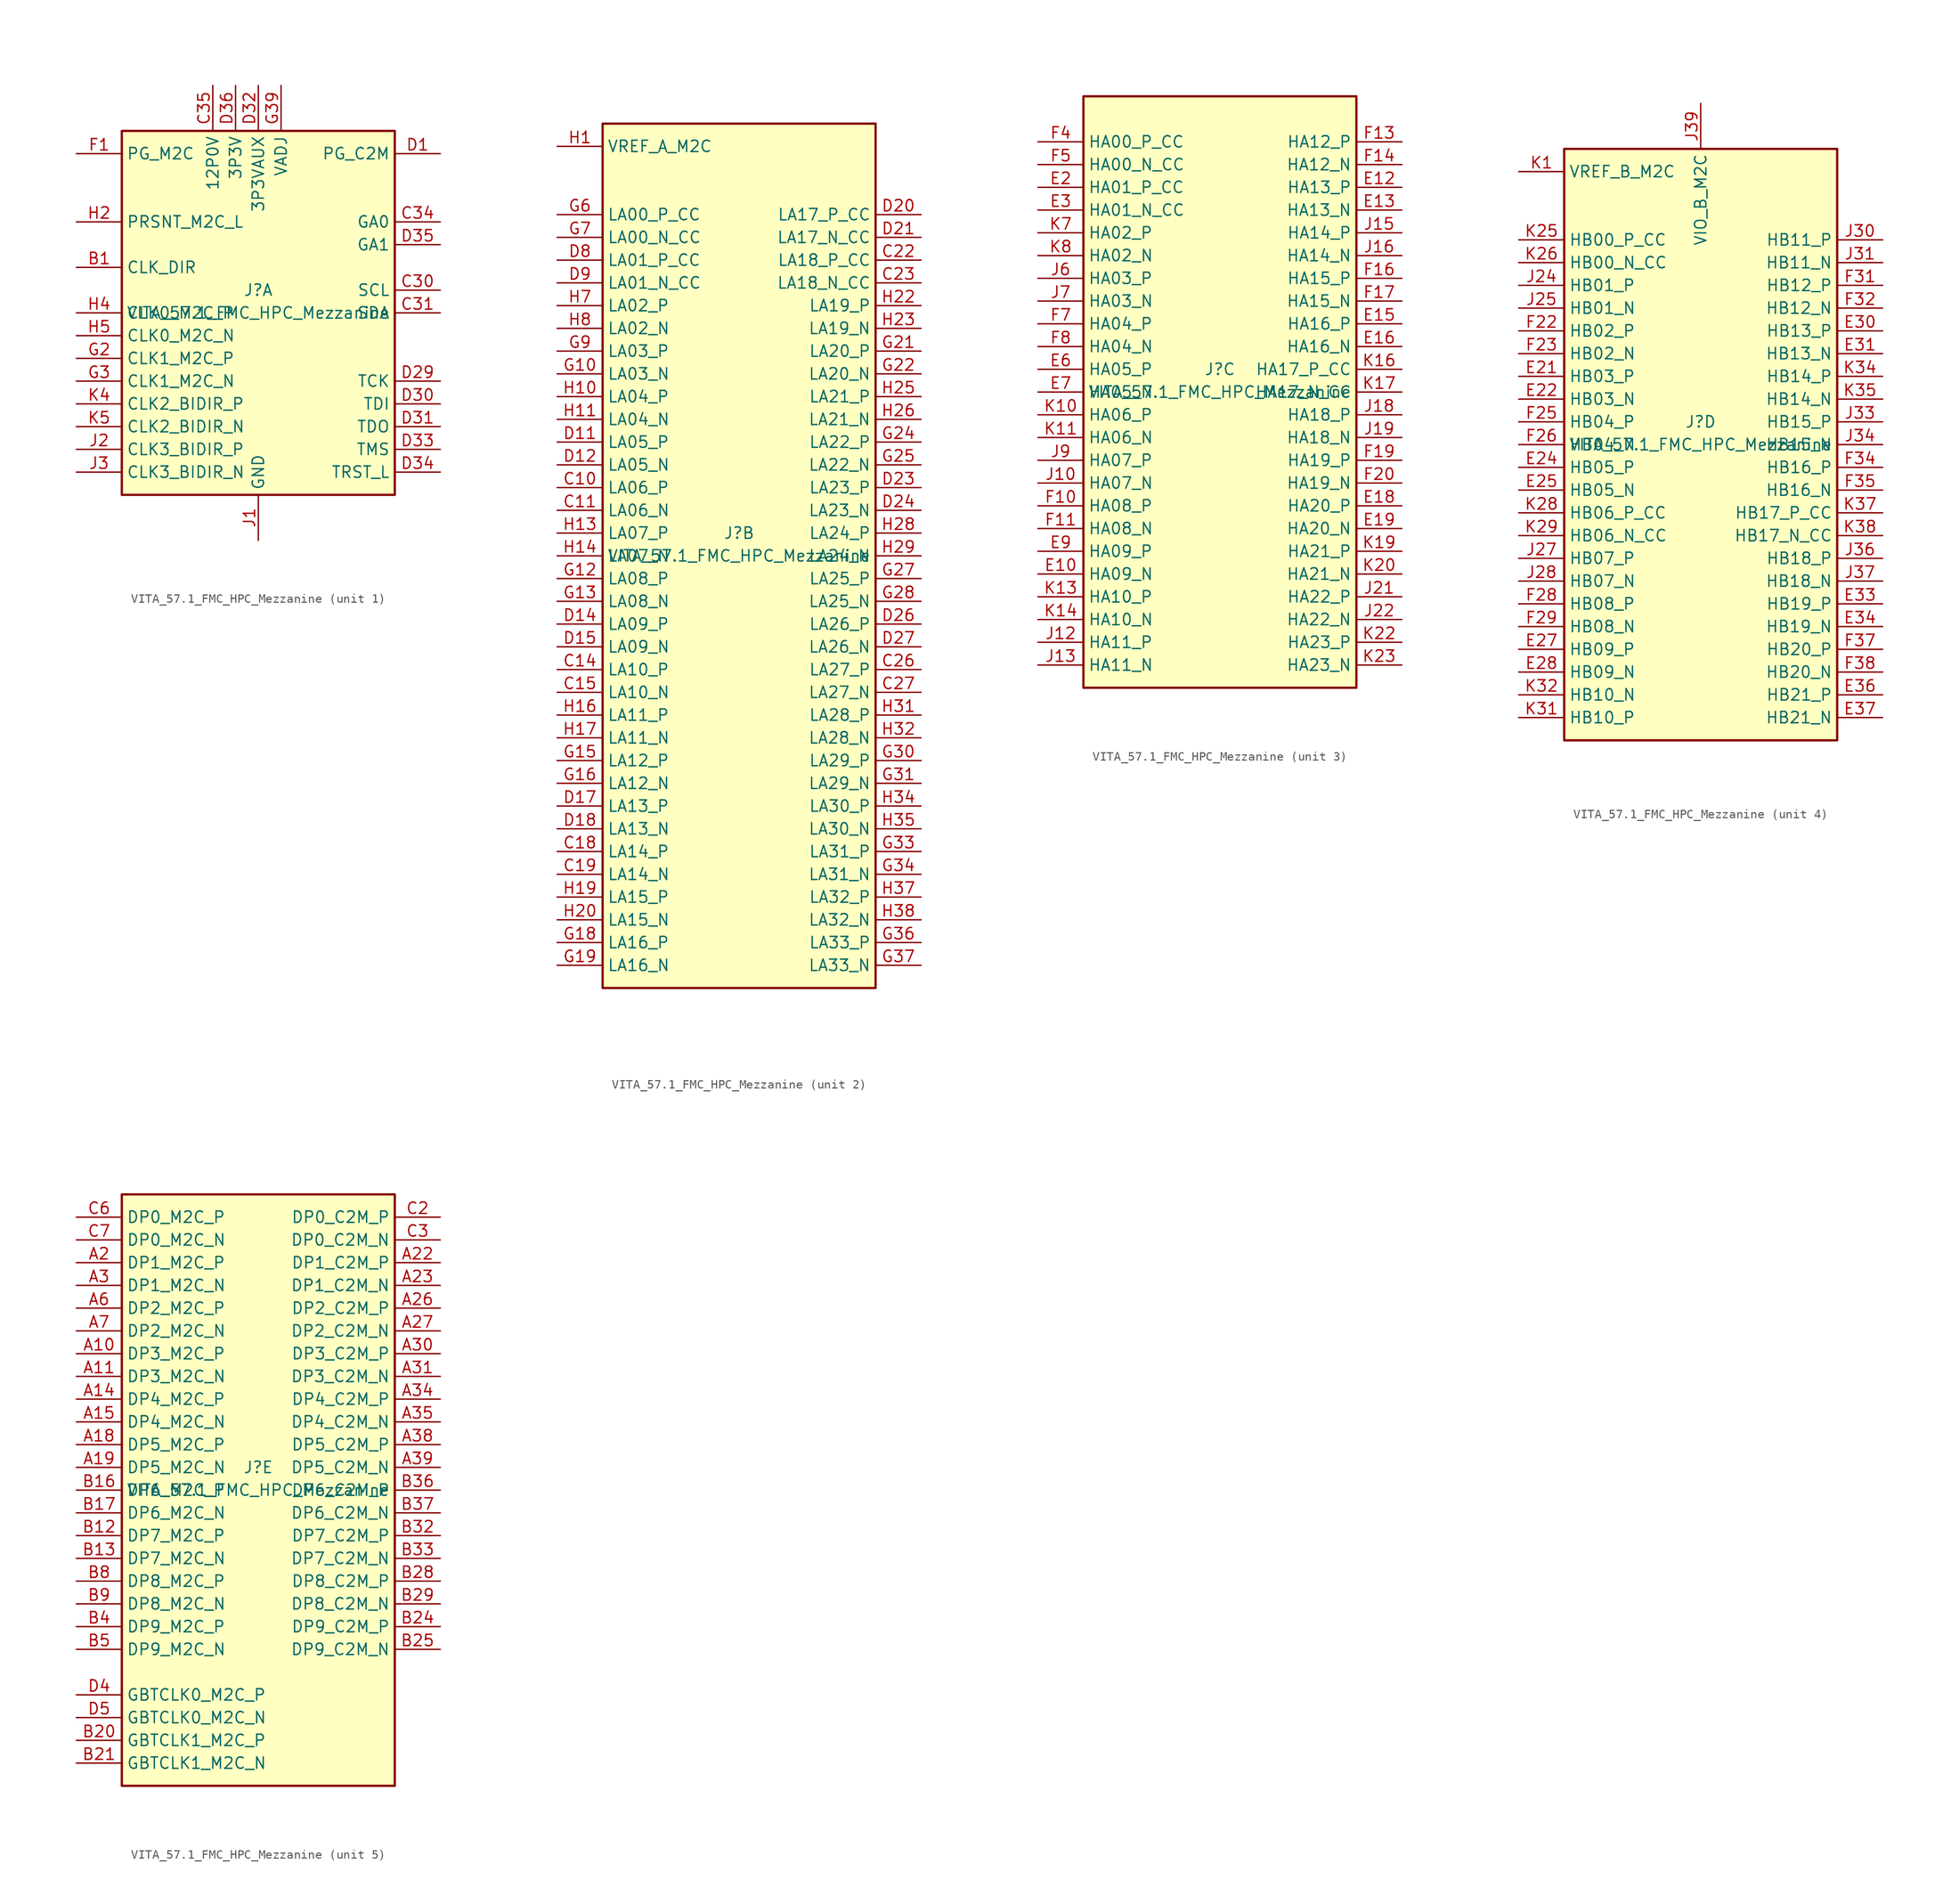
<source format=kicad_sym>
(kicad_symbol_lib
  (version 20231120)
  (generator "kicad_symbol_editor")
  (generator_version "8.0")
  (symbol "VITA_57.1_FMC_HPC_Mezzanine"
    (property "Reference" "J"
      (at 0 2.54 0)
      (effects (font (size 1.27 1.27))))
    (property "Value" "VITA_57.1_FMC_HPC_Mezzanine"
      (at 0 0 0)
      (effects (font (size 1.27 1.27))))
    (property "ki_locked" ""
      (at 0 0 0)
      (effects (font (size 1.27 1.27))))
    (symbol "VITA_57.1_FMC_HPC_Mezzanine_1_1"
      (rectangle (start -15.24 -20.32) (end 15.24 20.32) (stroke (width 0.254) (type solid)) (fill (type background)))
      (pin passive line (at 0 -25.4 90) (length 5.08) hide (name "GND" (effects (font (size 1.27 1.27)))) (number "A1" (effects (font (size 1.27 1.27)))))
      (pin passive line (at 0 -25.4 90) (length 5.08) hide (name "GND" (effects (font (size 1.27 1.27)))) (number "A12" (effects (font (size 1.27 1.27)))))
      (pin passive line (at 0 -25.4 90) (length 5.08) hide (name "GND" (effects (font (size 1.27 1.27)))) (number "A13" (effects (font (size 1.27 1.27)))))
      (pin passive line (at 0 -25.4 90) (length 5.08) hide (name "GND" (effects (font (size 1.27 1.27)))) (number "A16" (effects (font (size 1.27 1.27)))))
      (pin passive line (at 0 -25.4 90) (length 5.08) hide (name "GND" (effects (font (size 1.27 1.27)))) (number "A17" (effects (font (size 1.27 1.27)))))
      (pin passive line (at 0 -25.4 90) (length 5.08) hide (name "GND" (effects (font (size 1.27 1.27)))) (number "A20" (effects (font (size 1.27 1.27)))))
      (pin passive line (at 0 -25.4 90) (length 5.08) hide (name "GND" (effects (font (size 1.27 1.27)))) (number "A21" (effects (font (size 1.27 1.27)))))
      (pin passive line (at 0 -25.4 90) (length 5.08) hide (name "GND" (effects (font (size 1.27 1.27)))) (number "A24" (effects (font (size 1.27 1.27)))))
      (pin passive line (at 0 -25.4 90) (length 5.08) hide (name "GND" (effects (font (size 1.27 1.27)))) (number "A25" (effects (font (size 1.27 1.27)))))
      (pin passive line (at 0 -25.4 90) (length 5.08) hide (name "GND" (effects (font (size 1.27 1.27)))) (number "A28" (effects (font (size 1.27 1.27)))))
      (pin passive line (at 0 -25.4 90) (length 5.08) hide (name "GND" (effects (font (size 1.27 1.27)))) (number "A29" (effects (font (size 1.27 1.27)))))
      (pin passive line (at 0 -25.4 90) (length 5.08) hide (name "GND" (effects (font (size 1.27 1.27)))) (number "A32" (effects (font (size 1.27 1.27)))))
      (pin passive line (at 0 -25.4 90) (length 5.08) hide (name "GND" (effects (font (size 1.27 1.27)))) (number "A33" (effects (font (size 1.27 1.27)))))
      (pin passive line (at 0 -25.4 90) (length 5.08) hide (name "GND" (effects (font (size 1.27 1.27)))) (number "A36" (effects (font (size 1.27 1.27)))))
      (pin passive line (at 0 -25.4 90) (length 5.08) hide (name "GND" (effects (font (size 1.27 1.27)))) (number "A37" (effects (font (size 1.27 1.27)))))
      (pin passive line (at 0 -25.4 90) (length 5.08) hide (name "GND" (effects (font (size 1.27 1.27)))) (number "A4" (effects (font (size 1.27 1.27)))))
      (pin passive line (at 0 -25.4 90) (length 5.08) hide (name "GND" (effects (font (size 1.27 1.27)))) (number "A40" (effects (font (size 1.27 1.27)))))
      (pin passive line (at 0 -25.4 90) (length 5.08) hide (name "GND" (effects (font (size 1.27 1.27)))) (number "A5" (effects (font (size 1.27 1.27)))))
      (pin passive line (at 0 -25.4 90) (length 5.08) hide (name "GND" (effects (font (size 1.27 1.27)))) (number "A8" (effects (font (size 1.27 1.27)))))
      (pin passive line (at 0 -25.4 90) (length 5.08) hide (name "GND" (effects (font (size 1.27 1.27)))) (number "A9" (effects (font (size 1.27 1.27)))))
      (pin input line (at -20.32 5.08 0) (length 5.08) (name "CLK_DIR" (effects (font (size 1.27 1.27)))) (number "B1" (effects (font (size 1.27 1.27)))))
      (pin passive line (at 0 -25.4 90) (length 5.08) hide (name "GND" (effects (font (size 1.27 1.27)))) (number "B10" (effects (font (size 1.27 1.27)))))
      (pin passive line (at 0 -25.4 90) (length 5.08) hide (name "GND" (effects (font (size 1.27 1.27)))) (number "B11" (effects (font (size 1.27 1.27)))))
      (pin passive line (at 0 -25.4 90) (length 5.08) hide (name "GND" (effects (font (size 1.27 1.27)))) (number "B14" (effects (font (size 1.27 1.27)))))
      (pin passive line (at 0 -25.4 90) (length 5.08) hide (name "GND" (effects (font (size 1.27 1.27)))) (number "B15" (effects (font (size 1.27 1.27)))))
      (pin passive line (at 0 -25.4 90) (length 5.08) hide (name "GND" (effects (font (size 1.27 1.27)))) (number "B18" (effects (font (size 1.27 1.27)))))
      (pin passive line (at 0 -25.4 90) (length 5.08) hide (name "GND" (effects (font (size 1.27 1.27)))) (number "B19" (effects (font (size 1.27 1.27)))))
      (pin passive line (at 0 -25.4 90) (length 5.08) hide (name "GND" (effects (font (size 1.27 1.27)))) (number "B2" (effects (font (size 1.27 1.27)))))
      (pin passive line (at 0 -25.4 90) (length 5.08) hide (name "GND" (effects (font (size 1.27 1.27)))) (number "B22" (effects (font (size 1.27 1.27)))))
      (pin passive line (at 0 -25.4 90) (length 5.08) hide (name "GND" (effects (font (size 1.27 1.27)))) (number "B23" (effects (font (size 1.27 1.27)))))
      (pin passive line (at 0 -25.4 90) (length 5.08) hide (name "GND" (effects (font (size 1.27 1.27)))) (number "B26" (effects (font (size 1.27 1.27)))))
      (pin passive line (at 0 -25.4 90) (length 5.08) hide (name "GND" (effects (font (size 1.27 1.27)))) (number "B27" (effects (font (size 1.27 1.27)))))
      (pin passive line (at 0 -25.4 90) (length 5.08) hide (name "GND" (effects (font (size 1.27 1.27)))) (number "B3" (effects (font (size 1.27 1.27)))))
      (pin passive line (at 0 -25.4 90) (length 5.08) hide (name "GND" (effects (font (size 1.27 1.27)))) (number "B30" (effects (font (size 1.27 1.27)))))
      (pin passive line (at 0 -25.4 90) (length 5.08) hide (name "GND" (effects (font (size 1.27 1.27)))) (number "B31" (effects (font (size 1.27 1.27)))))
      (pin passive line (at 0 -25.4 90) (length 5.08) hide (name "GND" (effects (font (size 1.27 1.27)))) (number "B34" (effects (font (size 1.27 1.27)))))
      (pin passive line (at 0 -25.4 90) (length 5.08) hide (name "GND" (effects (font (size 1.27 1.27)))) (number "B35" (effects (font (size 1.27 1.27)))))
      (pin passive line (at 0 -25.4 90) (length 5.08) hide (name "GND" (effects (font (size 1.27 1.27)))) (number "B38" (effects (font (size 1.27 1.27)))))
      (pin passive line (at 0 -25.4 90) (length 5.08) hide (name "GND" (effects (font (size 1.27 1.27)))) (number "B39" (effects (font (size 1.27 1.27)))))
      (pin passive line (at 0 -25.4 90) (length 5.08) hide (name "GND" (effects (font (size 1.27 1.27)))) (number "B6" (effects (font (size 1.27 1.27)))))
      (pin passive line (at 0 -25.4 90) (length 5.08) hide (name "GND" (effects (font (size 1.27 1.27)))) (number "B7" (effects (font (size 1.27 1.27)))))
      (pin passive line (at 0 -25.4 90) (length 5.08) hide (name "GND" (effects (font (size 1.27 1.27)))) (number "C1" (effects (font (size 1.27 1.27)))))
      (pin passive line (at 0 -25.4 90) (length 5.08) hide (name "GND" (effects (font (size 1.27 1.27)))) (number "C12" (effects (font (size 1.27 1.27)))))
      (pin passive line (at 0 -25.4 90) (length 5.08) hide (name "GND" (effects (font (size 1.27 1.27)))) (number "C13" (effects (font (size 1.27 1.27)))))
      (pin passive line (at 0 -25.4 90) (length 5.08) hide (name "GND" (effects (font (size 1.27 1.27)))) (number "C16" (effects (font (size 1.27 1.27)))))
      (pin passive line (at 0 -25.4 90) (length 5.08) hide (name "GND" (effects (font (size 1.27 1.27)))) (number "C17" (effects (font (size 1.27 1.27)))))
      (pin passive line (at 0 -25.4 90) (length 5.08) hide (name "GND" (effects (font (size 1.27 1.27)))) (number "C20" (effects (font (size 1.27 1.27)))))
      (pin passive line (at 0 -25.4 90) (length 5.08) hide (name "GND" (effects (font (size 1.27 1.27)))) (number "C21" (effects (font (size 1.27 1.27)))))
      (pin passive line (at 0 -25.4 90) (length 5.08) hide (name "GND" (effects (font (size 1.27 1.27)))) (number "C24" (effects (font (size 1.27 1.27)))))
      (pin passive line (at 0 -25.4 90) (length 5.08) hide (name "GND" (effects (font (size 1.27 1.27)))) (number "C25" (effects (font (size 1.27 1.27)))))
      (pin passive line (at 0 -25.4 90) (length 5.08) hide (name "GND" (effects (font (size 1.27 1.27)))) (number "C28" (effects (font (size 1.27 1.27)))))
      (pin passive line (at 0 -25.4 90) (length 5.08) hide (name "GND" (effects (font (size 1.27 1.27)))) (number "C29" (effects (font (size 1.27 1.27)))))
      (pin bidirectional line (at 20.32 2.54 180) (length 5.08) (name "SCL" (effects (font (size 1.27 1.27)))) (number "C30" (effects (font (size 1.27 1.27)))))
      (pin bidirectional line (at 20.32 0 180) (length 5.08) (name "SDA" (effects (font (size 1.27 1.27)))) (number "C31" (effects (font (size 1.27 1.27)))))
      (pin passive line (at 0 -25.4 90) (length 5.08) hide (name "GND" (effects (font (size 1.27 1.27)))) (number "C32" (effects (font (size 1.27 1.27)))))
      (pin passive line (at 0 -25.4 90) (length 5.08) hide (name "GND" (effects (font (size 1.27 1.27)))) (number "C33" (effects (font (size 1.27 1.27)))))
      (pin output line (at 20.32 10.16 180) (length 5.08) (name "GA0" (effects (font (size 1.27 1.27)))) (number "C34" (effects (font (size 1.27 1.27)))))
      (pin power_out line (at -5.08 25.4 270) (length 5.08) (name "12P0V" (effects (font (size 1.27 1.27)))) (number "C35" (effects (font (size 1.27 1.27)))))
      (pin passive line (at 0 -25.4 90) (length 5.08) hide (name "GND" (effects (font (size 1.27 1.27)))) (number "C36" (effects (font (size 1.27 1.27)))))
      (pin passive line (at -5.08 25.4 270) (length 5.08) hide (name "12P0V" (effects (font (size 1.27 1.27)))) (number "C37" (effects (font (size 1.27 1.27)))))
      (pin passive line (at 0 -25.4 90) (length 5.08) hide (name "GND" (effects (font (size 1.27 1.27)))) (number "C38" (effects (font (size 1.27 1.27)))))
      (pin passive line (at -2.54 25.4 270) (length 5.08) hide (name "3P3V" (effects (font (size 1.27 1.27)))) (number "C39" (effects (font (size 1.27 1.27)))))
      (pin passive line (at 0 -25.4 90) (length 5.08) hide (name "GND" (effects (font (size 1.27 1.27)))) (number "C4" (effects (font (size 1.27 1.27)))))
      (pin passive line (at 0 -25.4 90) (length 5.08) hide (name "GND" (effects (font (size 1.27 1.27)))) (number "C40" (effects (font (size 1.27 1.27)))))
      (pin passive line (at 0 -25.4 90) (length 5.08) hide (name "GND" (effects (font (size 1.27 1.27)))) (number "C5" (effects (font (size 1.27 1.27)))))
      (pin passive line (at 0 -25.4 90) (length 5.08) hide (name "GND" (effects (font (size 1.27 1.27)))) (number "C8" (effects (font (size 1.27 1.27)))))
      (pin passive line (at 0 -25.4 90) (length 5.08) hide (name "GND" (effects (font (size 1.27 1.27)))) (number "C9" (effects (font (size 1.27 1.27)))))
      (pin output line (at 20.32 17.78 180) (length 5.08) (name "PG_C2M" (effects (font (size 1.27 1.27)))) (number "D1" (effects (font (size 1.27 1.27)))))
      (pin passive line (at 0 -25.4 90) (length 5.08) hide (name "GND" (effects (font (size 1.27 1.27)))) (number "D10" (effects (font (size 1.27 1.27)))))
      (pin passive line (at 0 -25.4 90) (length 5.08) hide (name "GND" (effects (font (size 1.27 1.27)))) (number "D13" (effects (font (size 1.27 1.27)))))
      (pin passive line (at 0 -25.4 90) (length 5.08) hide (name "GND" (effects (font (size 1.27 1.27)))) (number "D16" (effects (font (size 1.27 1.27)))))
      (pin passive line (at 0 -25.4 90) (length 5.08) hide (name "GND" (effects (font (size 1.27 1.27)))) (number "D19" (effects (font (size 1.27 1.27)))))
      (pin passive line (at 0 -25.4 90) (length 5.08) hide (name "GND" (effects (font (size 1.27 1.27)))) (number "D2" (effects (font (size 1.27 1.27)))))
      (pin passive line (at 0 -25.4 90) (length 5.08) hide (name "GND" (effects (font (size 1.27 1.27)))) (number "D22" (effects (font (size 1.27 1.27)))))
      (pin passive line (at 0 -25.4 90) (length 5.08) hide (name "GND" (effects (font (size 1.27 1.27)))) (number "D25" (effects (font (size 1.27 1.27)))))
      (pin passive line (at 0 -25.4 90) (length 5.08) hide (name "GND" (effects (font (size 1.27 1.27)))) (number "D28" (effects (font (size 1.27 1.27)))))
      (pin output line (at 20.32 -7.62 180) (length 5.08) (name "TCK" (effects (font (size 1.27 1.27)))) (number "D29" (effects (font (size 1.27 1.27)))))
      (pin passive line (at 0 -25.4 90) (length 5.08) hide (name "GND" (effects (font (size 1.27 1.27)))) (number "D3" (effects (font (size 1.27 1.27)))))
      (pin output line (at 20.32 -10.16 180) (length 5.08) (name "TDI" (effects (font (size 1.27 1.27)))) (number "D30" (effects (font (size 1.27 1.27)))))
      (pin input line (at 20.32 -12.7 180) (length 5.08) (name "TDO" (effects (font (size 1.27 1.27)))) (number "D31" (effects (font (size 1.27 1.27)))))
      (pin power_out line (at 0 25.4 270) (length 5.08) (name "3P3VAUX" (effects (font (size 1.27 1.27)))) (number "D32" (effects (font (size 1.27 1.27)))))
      (pin output line (at 20.32 -15.24 180) (length 5.08) (name "TMS" (effects (font (size 1.27 1.27)))) (number "D33" (effects (font (size 1.27 1.27)))))
      (pin output line (at 20.32 -17.78 180) (length 5.08) (name "TRST_L" (effects (font (size 1.27 1.27)))) (number "D34" (effects (font (size 1.27 1.27)))))
      (pin output line (at 20.32 7.62 180) (length 5.08) (name "GA1" (effects (font (size 1.27 1.27)))) (number "D35" (effects (font (size 1.27 1.27)))))
      (pin power_out line (at -2.54 25.4 270) (length 5.08) (name "3P3V" (effects (font (size 1.27 1.27)))) (number "D36" (effects (font (size 1.27 1.27)))))
      (pin passive line (at 0 -25.4 90) (length 5.08) hide (name "GND" (effects (font (size 1.27 1.27)))) (number "D37" (effects (font (size 1.27 1.27)))))
      (pin passive line (at -2.54 25.4 270) (length 5.08) hide (name "3P3V" (effects (font (size 1.27 1.27)))) (number "D38" (effects (font (size 1.27 1.27)))))
      (pin passive line (at 0 -25.4 90) (length 5.08) hide (name "GND" (effects (font (size 1.27 1.27)))) (number "D39" (effects (font (size 1.27 1.27)))))
      (pin passive line (at -2.54 25.4 270) (length 5.08) hide (name "3P3V" (effects (font (size 1.27 1.27)))) (number "D40" (effects (font (size 1.27 1.27)))))
      (pin passive line (at 0 -25.4 90) (length 5.08) hide (name "GND" (effects (font (size 1.27 1.27)))) (number "D6" (effects (font (size 1.27 1.27)))))
      (pin passive line (at 0 -25.4 90) (length 5.08) hide (name "GND" (effects (font (size 1.27 1.27)))) (number "D7" (effects (font (size 1.27 1.27)))))
      (pin passive line (at 0 -25.4 90) (length 5.08) hide (name "GND" (effects (font (size 1.27 1.27)))) (number "E1" (effects (font (size 1.27 1.27)))))
      (pin passive line (at 0 -25.4 90) (length 5.08) hide (name "GND" (effects (font (size 1.27 1.27)))) (number "E11" (effects (font (size 1.27 1.27)))))
      (pin passive line (at 0 -25.4 90) (length 5.08) hide (name "GND" (effects (font (size 1.27 1.27)))) (number "E14" (effects (font (size 1.27 1.27)))))
      (pin passive line (at 0 -25.4 90) (length 5.08) hide (name "GND" (effects (font (size 1.27 1.27)))) (number "E17" (effects (font (size 1.27 1.27)))))
      (pin passive line (at 0 -25.4 90) (length 5.08) hide (name "GND" (effects (font (size 1.27 1.27)))) (number "E20" (effects (font (size 1.27 1.27)))))
      (pin passive line (at 0 -25.4 90) (length 5.08) hide (name "GND" (effects (font (size 1.27 1.27)))) (number "E23" (effects (font (size 1.27 1.27)))))
      (pin passive line (at 0 -25.4 90) (length 5.08) hide (name "GND" (effects (font (size 1.27 1.27)))) (number "E26" (effects (font (size 1.27 1.27)))))
      (pin passive line (at 0 -25.4 90) (length 5.08) hide (name "GND" (effects (font (size 1.27 1.27)))) (number "E29" (effects (font (size 1.27 1.27)))))
      (pin passive line (at 0 -25.4 90) (length 5.08) hide (name "GND" (effects (font (size 1.27 1.27)))) (number "E32" (effects (font (size 1.27 1.27)))))
      (pin passive line (at 0 -25.4 90) (length 5.08) hide (name "GND" (effects (font (size 1.27 1.27)))) (number "E35" (effects (font (size 1.27 1.27)))))
      (pin passive line (at 0 -25.4 90) (length 5.08) hide (name "GND" (effects (font (size 1.27 1.27)))) (number "E38" (effects (font (size 1.27 1.27)))))
      (pin passive line (at 2.54 25.4 270) (length 5.08) hide (name "VADJ" (effects (font (size 1.27 1.27)))) (number "E39" (effects (font (size 1.27 1.27)))))
      (pin passive line (at 0 -25.4 90) (length 5.08) hide (name "GND" (effects (font (size 1.27 1.27)))) (number "E4" (effects (font (size 1.27 1.27)))))
      (pin passive line (at 0 -25.4 90) (length 5.08) hide (name "GND" (effects (font (size 1.27 1.27)))) (number "E40" (effects (font (size 1.27 1.27)))))
      (pin passive line (at 0 -25.4 90) (length 5.08) hide (name "GND" (effects (font (size 1.27 1.27)))) (number "E5" (effects (font (size 1.27 1.27)))))
      (pin passive line (at 0 -25.4 90) (length 5.08) hide (name "GND" (effects (font (size 1.27 1.27)))) (number "E8" (effects (font (size 1.27 1.27)))))
      (pin input line (at -20.32 17.78 0) (length 5.08) (name "PG_M2C" (effects (font (size 1.27 1.27)))) (number "F1" (effects (font (size 1.27 1.27)))))
      (pin passive line (at 0 -25.4 90) (length 5.08) hide (name "GND" (effects (font (size 1.27 1.27)))) (number "F12" (effects (font (size 1.27 1.27)))))
      (pin passive line (at 0 -25.4 90) (length 5.08) hide (name "GND" (effects (font (size 1.27 1.27)))) (number "F15" (effects (font (size 1.27 1.27)))))
      (pin passive line (at 0 -25.4 90) (length 5.08) hide (name "GND" (effects (font (size 1.27 1.27)))) (number "F18" (effects (font (size 1.27 1.27)))))
      (pin passive line (at 0 -25.4 90) (length 5.08) hide (name "GND" (effects (font (size 1.27 1.27)))) (number "F2" (effects (font (size 1.27 1.27)))))
      (pin passive line (at 0 -25.4 90) (length 5.08) hide (name "GND" (effects (font (size 1.27 1.27)))) (number "F21" (effects (font (size 1.27 1.27)))))
      (pin passive line (at 0 -25.4 90) (length 5.08) hide (name "GND" (effects (font (size 1.27 1.27)))) (number "F24" (effects (font (size 1.27 1.27)))))
      (pin passive line (at 0 -25.4 90) (length 5.08) hide (name "GND" (effects (font (size 1.27 1.27)))) (number "F27" (effects (font (size 1.27 1.27)))))
      (pin passive line (at 0 -25.4 90) (length 5.08) hide (name "GND" (effects (font (size 1.27 1.27)))) (number "F3" (effects (font (size 1.27 1.27)))))
      (pin passive line (at 0 -25.4 90) (length 5.08) hide (name "GND" (effects (font (size 1.27 1.27)))) (number "F30" (effects (font (size 1.27 1.27)))))
      (pin passive line (at 0 -25.4 90) (length 5.08) hide (name "GND" (effects (font (size 1.27 1.27)))) (number "F33" (effects (font (size 1.27 1.27)))))
      (pin passive line (at 0 -25.4 90) (length 5.08) hide (name "GND" (effects (font (size 1.27 1.27)))) (number "F36" (effects (font (size 1.27 1.27)))))
      (pin passive line (at 0 -25.4 90) (length 5.08) hide (name "GND" (effects (font (size 1.27 1.27)))) (number "F39" (effects (font (size 1.27 1.27)))))
      (pin passive line (at 2.54 25.4 270) (length 5.08) hide (name "VADJ" (effects (font (size 1.27 1.27)))) (number "F40" (effects (font (size 1.27 1.27)))))
      (pin passive line (at 0 -25.4 90) (length 5.08) hide (name "GND" (effects (font (size 1.27 1.27)))) (number "F6" (effects (font (size 1.27 1.27)))))
      (pin passive line (at 0 -25.4 90) (length 5.08) hide (name "GND" (effects (font (size 1.27 1.27)))) (number "F9" (effects (font (size 1.27 1.27)))))
      (pin passive line (at 0 -25.4 90) (length 5.08) hide (name "GND" (effects (font (size 1.27 1.27)))) (number "G1" (effects (font (size 1.27 1.27)))))
      (pin passive line (at 0 -25.4 90) (length 5.08) hide (name "GND" (effects (font (size 1.27 1.27)))) (number "G11" (effects (font (size 1.27 1.27)))))
      (pin passive line (at 0 -25.4 90) (length 5.08) hide (name "GND" (effects (font (size 1.27 1.27)))) (number "G14" (effects (font (size 1.27 1.27)))))
      (pin passive line (at 0 -25.4 90) (length 5.08) hide (name "GND" (effects (font (size 1.27 1.27)))) (number "G17" (effects (font (size 1.27 1.27)))))
      (pin input line (at -20.32 -5.08 0) (length 5.08) (name "CLK1_M2C_P" (effects (font (size 1.27 1.27)))) (number "G2" (effects (font (size 1.27 1.27)))))
      (pin passive line (at 0 -25.4 90) (length 5.08) hide (name "GND" (effects (font (size 1.27 1.27)))) (number "G20" (effects (font (size 1.27 1.27)))))
      (pin passive line (at 0 -25.4 90) (length 5.08) hide (name "GND" (effects (font (size 1.27 1.27)))) (number "G23" (effects (font (size 1.27 1.27)))))
      (pin passive line (at 0 -25.4 90) (length 5.08) hide (name "GND" (effects (font (size 1.27 1.27)))) (number "G26" (effects (font (size 1.27 1.27)))))
      (pin passive line (at 0 -25.4 90) (length 5.08) hide (name "GND" (effects (font (size 1.27 1.27)))) (number "G29" (effects (font (size 1.27 1.27)))))
      (pin input line (at -20.32 -7.62 0) (length 5.08) (name "CLK1_M2C_N" (effects (font (size 1.27 1.27)))) (number "G3" (effects (font (size 1.27 1.27)))))
      (pin passive line (at 0 -25.4 90) (length 5.08) hide (name "GND" (effects (font (size 1.27 1.27)))) (number "G32" (effects (font (size 1.27 1.27)))))
      (pin passive line (at 0 -25.4 90) (length 5.08) hide (name "GND" (effects (font (size 1.27 1.27)))) (number "G35" (effects (font (size 1.27 1.27)))))
      (pin passive line (at 0 -25.4 90) (length 5.08) hide (name "GND" (effects (font (size 1.27 1.27)))) (number "G38" (effects (font (size 1.27 1.27)))))
      (pin power_out line (at 2.54 25.4 270) (length 5.08) (name "VADJ" (effects (font (size 1.27 1.27)))) (number "G39" (effects (font (size 1.27 1.27)))))
      (pin passive line (at 0 -25.4 90) (length 5.08) hide (name "GND" (effects (font (size 1.27 1.27)))) (number "G4" (effects (font (size 1.27 1.27)))))
      (pin passive line (at 0 -25.4 90) (length 5.08) hide (name "GND" (effects (font (size 1.27 1.27)))) (number "G40" (effects (font (size 1.27 1.27)))))
      (pin passive line (at 0 -25.4 90) (length 5.08) hide (name "GND" (effects (font (size 1.27 1.27)))) (number "G5" (effects (font (size 1.27 1.27)))))
      (pin passive line (at 0 -25.4 90) (length 5.08) hide (name "GND" (effects (font (size 1.27 1.27)))) (number "G8" (effects (font (size 1.27 1.27)))))
      (pin passive line (at 0 -25.4 90) (length 5.08) hide (name "GND" (effects (font (size 1.27 1.27)))) (number "H12" (effects (font (size 1.27 1.27)))))
      (pin passive line (at 0 -25.4 90) (length 5.08) hide (name "GND" (effects (font (size 1.27 1.27)))) (number "H15" (effects (font (size 1.27 1.27)))))
      (pin passive line (at 0 -25.4 90) (length 5.08) hide (name "GND" (effects (font (size 1.27 1.27)))) (number "H18" (effects (font (size 1.27 1.27)))))
      (pin input line (at -20.32 10.16 0) (length 5.08) (name "PRSNT_M2C_L" (effects (font (size 1.27 1.27)))) (number "H2" (effects (font (size 1.27 1.27)))))
      (pin passive line (at 0 -25.4 90) (length 5.08) hide (name "GND" (effects (font (size 1.27 1.27)))) (number "H21" (effects (font (size 1.27 1.27)))))
      (pin passive line (at 0 -25.4 90) (length 5.08) hide (name "GND" (effects (font (size 1.27 1.27)))) (number "H24" (effects (font (size 1.27 1.27)))))
      (pin passive line (at 0 -25.4 90) (length 5.08) hide (name "GND" (effects (font (size 1.27 1.27)))) (number "H27" (effects (font (size 1.27 1.27)))))
      (pin passive line (at 0 -25.4 90) (length 5.08) hide (name "GND" (effects (font (size 1.27 1.27)))) (number "H3" (effects (font (size 1.27 1.27)))))
      (pin passive line (at 0 -25.4 90) (length 5.08) hide (name "GND" (effects (font (size 1.27 1.27)))) (number "H30" (effects (font (size 1.27 1.27)))))
      (pin passive line (at 0 -25.4 90) (length 5.08) hide (name "GND" (effects (font (size 1.27 1.27)))) (number "H33" (effects (font (size 1.27 1.27)))))
      (pin passive line (at 0 -25.4 90) (length 5.08) hide (name "GND" (effects (font (size 1.27 1.27)))) (number "H36" (effects (font (size 1.27 1.27)))))
      (pin passive line (at 0 -25.4 90) (length 5.08) hide (name "GND" (effects (font (size 1.27 1.27)))) (number "H39" (effects (font (size 1.27 1.27)))))
      (pin input line (at -20.32 0 0) (length 5.08) (name "CLK0_M2C_P" (effects (font (size 1.27 1.27)))) (number "H4" (effects (font (size 1.27 1.27)))))
      (pin passive line (at 2.54 25.4 270) (length 5.08) hide (name "VADJ" (effects (font (size 1.27 1.27)))) (number "H40" (effects (font (size 1.27 1.27)))))
      (pin input line (at -20.32 -2.54 0) (length 5.08) (name "CLK0_M2C_N" (effects (font (size 1.27 1.27)))) (number "H5" (effects (font (size 1.27 1.27)))))
      (pin passive line (at 0 -25.4 90) (length 5.08) hide (name "GND" (effects (font (size 1.27 1.27)))) (number "H6" (effects (font (size 1.27 1.27)))))
      (pin passive line (at 0 -25.4 90) (length 5.08) hide (name "GND" (effects (font (size 1.27 1.27)))) (number "H9" (effects (font (size 1.27 1.27)))))
      (pin power_in line (at 0 -25.4 90) (length 5.08) (name "GND" (effects (font (size 1.27 1.27)))) (number "J1" (effects (font (size 1.27 1.27)))))
      (pin passive line (at 0 -25.4 90) (length 5.08) hide (name "GND" (effects (font (size 1.27 1.27)))) (number "J11" (effects (font (size 1.27 1.27)))))
      (pin passive line (at 0 -25.4 90) (length 5.08) hide (name "GND" (effects (font (size 1.27 1.27)))) (number "J14" (effects (font (size 1.27 1.27)))))
      (pin passive line (at 0 -25.4 90) (length 5.08) hide (name "GND" (effects (font (size 1.27 1.27)))) (number "J17" (effects (font (size 1.27 1.27)))))
      (pin bidirectional line (at -20.32 -15.24 0) (length 5.08) (name "CLK3_BIDIR_P" (effects (font (size 1.27 1.27)))) (number "J2" (effects (font (size 1.27 1.27)))))
      (pin passive line (at 0 -25.4 90) (length 5.08) hide (name "GND" (effects (font (size 1.27 1.27)))) (number "J20" (effects (font (size 1.27 1.27)))))
      (pin passive line (at 0 -25.4 90) (length 5.08) hide (name "GND" (effects (font (size 1.27 1.27)))) (number "J23" (effects (font (size 1.27 1.27)))))
      (pin passive line (at 0 -25.4 90) (length 5.08) hide (name "GND" (effects (font (size 1.27 1.27)))) (number "J26" (effects (font (size 1.27 1.27)))))
      (pin passive line (at 0 -25.4 90) (length 5.08) hide (name "GND" (effects (font (size 1.27 1.27)))) (number "J29" (effects (font (size 1.27 1.27)))))
      (pin bidirectional line (at -20.32 -17.78 0) (length 5.08) (name "CLK3_BIDIR_N" (effects (font (size 1.27 1.27)))) (number "J3" (effects (font (size 1.27 1.27)))))
      (pin passive line (at 0 -25.4 90) (length 5.08) hide (name "GND" (effects (font (size 1.27 1.27)))) (number "J32" (effects (font (size 1.27 1.27)))))
      (pin passive line (at 0 -25.4 90) (length 5.08) hide (name "GND" (effects (font (size 1.27 1.27)))) (number "J35" (effects (font (size 1.27 1.27)))))
      (pin passive line (at 0 -25.4 90) (length 5.08) hide (name "GND" (effects (font (size 1.27 1.27)))) (number "J38" (effects (font (size 1.27 1.27)))))
      (pin passive line (at 0 -25.4 90) (length 5.08) hide (name "GND" (effects (font (size 1.27 1.27)))) (number "J4" (effects (font (size 1.27 1.27)))))
      (pin passive line (at 0 -25.4 90) (length 5.08) hide (name "GND" (effects (font (size 1.27 1.27)))) (number "J40" (effects (font (size 1.27 1.27)))))
      (pin passive line (at 0 -25.4 90) (length 5.08) hide (name "GND" (effects (font (size 1.27 1.27)))) (number "J5" (effects (font (size 1.27 1.27)))))
      (pin passive line (at 0 -25.4 90) (length 5.08) hide (name "GND" (effects (font (size 1.27 1.27)))) (number "J8" (effects (font (size 1.27 1.27)))))
      (pin passive line (at 0 -25.4 90) (length 5.08) hide (name "GND" (effects (font (size 1.27 1.27)))) (number "K12" (effects (font (size 1.27 1.27)))))
      (pin passive line (at 0 -25.4 90) (length 5.08) hide (name "GND" (effects (font (size 1.27 1.27)))) (number "K15" (effects (font (size 1.27 1.27)))))
      (pin passive line (at 0 -25.4 90) (length 5.08) hide (name "GND" (effects (font (size 1.27 1.27)))) (number "K18" (effects (font (size 1.27 1.27)))))
      (pin passive line (at 0 -25.4 90) (length 5.08) hide (name "GND" (effects (font (size 1.27 1.27)))) (number "K2" (effects (font (size 1.27 1.27)))))
      (pin passive line (at 0 -25.4 90) (length 5.08) hide (name "GND" (effects (font (size 1.27 1.27)))) (number "K21" (effects (font (size 1.27 1.27)))))
      (pin passive line (at 0 -25.4 90) (length 5.08) hide (name "GND" (effects (font (size 1.27 1.27)))) (number "K24" (effects (font (size 1.27 1.27)))))
      (pin passive line (at 0 -25.4 90) (length 5.08) hide (name "GND" (effects (font (size 1.27 1.27)))) (number "K27" (effects (font (size 1.27 1.27)))))
      (pin passive line (at 0 -25.4 90) (length 5.08) hide (name "GND" (effects (font (size 1.27 1.27)))) (number "K3" (effects (font (size 1.27 1.27)))))
      (pin passive line (at 0 -25.4 90) (length 5.08) hide (name "GND" (effects (font (size 1.27 1.27)))) (number "K30" (effects (font (size 1.27 1.27)))))
      (pin passive line (at 0 -25.4 90) (length 5.08) hide (name "GND" (effects (font (size 1.27 1.27)))) (number "K33" (effects (font (size 1.27 1.27)))))
      (pin passive line (at 0 -25.4 90) (length 5.08) hide (name "GND" (effects (font (size 1.27 1.27)))) (number "K36" (effects (font (size 1.27 1.27)))))
      (pin passive line (at 0 -25.4 90) (length 5.08) hide (name "GND" (effects (font (size 1.27 1.27)))) (number "K39" (effects (font (size 1.27 1.27)))))
      (pin bidirectional line (at -20.32 -10.16 0) (length 5.08) (name "CLK2_BIDIR_P" (effects (font (size 1.27 1.27)))) (number "K4" (effects (font (size 1.27 1.27)))))
      (pin bidirectional line (at -20.32 -12.7 0) (length 5.08) (name "CLK2_BIDIR_N" (effects (font (size 1.27 1.27)))) (number "K5" (effects (font (size 1.27 1.27)))))
      (pin passive line (at 0 -25.4 90) (length 5.08) hide (name "GND" (effects (font (size 1.27 1.27)))) (number "K6" (effects (font (size 1.27 1.27)))))
      (pin passive line (at 0 -25.4 90) (length 5.08) hide (name "GND" (effects (font (size 1.27 1.27)))) (number "K9" (effects (font (size 1.27 1.27))))))
    (symbol "VITA_57.1_FMC_HPC_Mezzanine_2_1"
      (rectangle (start -15.24 -48.26) (end 15.24 48.26) (stroke (width 0.254) (type solid)) (fill (type background)))
      (pin bidirectional line (at -20.32 7.62 0) (length 5.08) (name "LA06_P" (effects (font (size 1.27 1.27)))) (number "C10" (effects (font (size 1.27 1.27)))))
      (pin bidirectional line (at -20.32 5.08 0) (length 5.08) (name "LA06_N" (effects (font (size 1.27 1.27)))) (number "C11" (effects (font (size 1.27 1.27)))))
      (pin bidirectional line (at -20.32 -12.7 0) (length 5.08) (name "LA10_P" (effects (font (size 1.27 1.27)))) (number "C14" (effects (font (size 1.27 1.27)))))
      (pin bidirectional line (at -20.32 -15.24 0) (length 5.08) (name "LA10_N" (effects (font (size 1.27 1.27)))) (number "C15" (effects (font (size 1.27 1.27)))))
      (pin bidirectional line (at -20.32 -33.02 0) (length 5.08) (name "LA14_P" (effects (font (size 1.27 1.27)))) (number "C18" (effects (font (size 1.27 1.27)))))
      (pin bidirectional line (at -20.32 -35.56 0) (length 5.08) (name "LA14_N" (effects (font (size 1.27 1.27)))) (number "C19" (effects (font (size 1.27 1.27)))))
      (pin bidirectional line (at 20.32 33.02 180) (length 5.08) (name "LA18_P_CC" (effects (font (size 1.27 1.27)))) (number "C22" (effects (font (size 1.27 1.27)))))
      (pin bidirectional line (at 20.32 30.48 180) (length 5.08) (name "LA18_N_CC" (effects (font (size 1.27 1.27)))) (number "C23" (effects (font (size 1.27 1.27)))))
      (pin bidirectional line (at 20.32 -12.7 180) (length 5.08) (name "LA27_P" (effects (font (size 1.27 1.27)))) (number "C26" (effects (font (size 1.27 1.27)))))
      (pin bidirectional line (at 20.32 -15.24 180) (length 5.08) (name "LA27_N" (effects (font (size 1.27 1.27)))) (number "C27" (effects (font (size 1.27 1.27)))))
      (pin bidirectional line (at -20.32 12.7 0) (length 5.08) (name "LA05_P" (effects (font (size 1.27 1.27)))) (number "D11" (effects (font (size 1.27 1.27)))))
      (pin bidirectional line (at -20.32 10.16 0) (length 5.08) (name "LA05_N" (effects (font (size 1.27 1.27)))) (number "D12" (effects (font (size 1.27 1.27)))))
      (pin bidirectional line (at -20.32 -7.62 0) (length 5.08) (name "LA09_P" (effects (font (size 1.27 1.27)))) (number "D14" (effects (font (size 1.27 1.27)))))
      (pin bidirectional line (at -20.32 -10.16 0) (length 5.08) (name "LA09_N" (effects (font (size 1.27 1.27)))) (number "D15" (effects (font (size 1.27 1.27)))))
      (pin bidirectional line (at -20.32 -27.94 0) (length 5.08) (name "LA13_P" (effects (font (size 1.27 1.27)))) (number "D17" (effects (font (size 1.27 1.27)))))
      (pin bidirectional line (at -20.32 -30.48 0) (length 5.08) (name "LA13_N" (effects (font (size 1.27 1.27)))) (number "D18" (effects (font (size 1.27 1.27)))))
      (pin bidirectional line (at 20.32 38.1 180) (length 5.08) (name "LA17_P_CC" (effects (font (size 1.27 1.27)))) (number "D20" (effects (font (size 1.27 1.27)))))
      (pin bidirectional line (at 20.32 35.56 180) (length 5.08) (name "LA17_N_CC" (effects (font (size 1.27 1.27)))) (number "D21" (effects (font (size 1.27 1.27)))))
      (pin bidirectional line (at 20.32 7.62 180) (length 5.08) (name "LA23_P" (effects (font (size 1.27 1.27)))) (number "D23" (effects (font (size 1.27 1.27)))))
      (pin bidirectional line (at 20.32 5.08 180) (length 5.08) (name "LA23_N" (effects (font (size 1.27 1.27)))) (number "D24" (effects (font (size 1.27 1.27)))))
      (pin bidirectional line (at 20.32 -7.62 180) (length 5.08) (name "LA26_P" (effects (font (size 1.27 1.27)))) (number "D26" (effects (font (size 1.27 1.27)))))
      (pin bidirectional line (at 20.32 -10.16 180) (length 5.08) (name "LA26_N" (effects (font (size 1.27 1.27)))) (number "D27" (effects (font (size 1.27 1.27)))))
      (pin bidirectional line (at -20.32 33.02 0) (length 5.08) (name "LA01_P_CC" (effects (font (size 1.27 1.27)))) (number "D8" (effects (font (size 1.27 1.27)))))
      (pin bidirectional line (at -20.32 30.48 0) (length 5.08) (name "LA01_N_CC" (effects (font (size 1.27 1.27)))) (number "D9" (effects (font (size 1.27 1.27)))))
      (pin bidirectional line (at -20.32 20.32 0) (length 5.08) (name "LA03_N" (effects (font (size 1.27 1.27)))) (number "G10" (effects (font (size 1.27 1.27)))))
      (pin bidirectional line (at -20.32 -2.54 0) (length 5.08) (name "LA08_P" (effects (font (size 1.27 1.27)))) (number "G12" (effects (font (size 1.27 1.27)))))
      (pin bidirectional line (at -20.32 -5.08 0) (length 5.08) (name "LA08_N" (effects (font (size 1.27 1.27)))) (number "G13" (effects (font (size 1.27 1.27)))))
      (pin bidirectional line (at -20.32 -22.86 0) (length 5.08) (name "LA12_P" (effects (font (size 1.27 1.27)))) (number "G15" (effects (font (size 1.27 1.27)))))
      (pin bidirectional line (at -20.32 -25.4 0) (length 5.08) (name "LA12_N" (effects (font (size 1.27 1.27)))) (number "G16" (effects (font (size 1.27 1.27)))))
      (pin bidirectional line (at -20.32 -43.18 0) (length 5.08) (name "LA16_P" (effects (font (size 1.27 1.27)))) (number "G18" (effects (font (size 1.27 1.27)))))
      (pin bidirectional line (at -20.32 -45.72 0) (length 5.08) (name "LA16_N" (effects (font (size 1.27 1.27)))) (number "G19" (effects (font (size 1.27 1.27)))))
      (pin bidirectional line (at 20.32 22.86 180) (length 5.08) (name "LA20_P" (effects (font (size 1.27 1.27)))) (number "G21" (effects (font (size 1.27 1.27)))))
      (pin bidirectional line (at 20.32 20.32 180) (length 5.08) (name "LA20_N" (effects (font (size 1.27 1.27)))) (number "G22" (effects (font (size 1.27 1.27)))))
      (pin bidirectional line (at 20.32 12.7 180) (length 5.08) (name "LA22_P" (effects (font (size 1.27 1.27)))) (number "G24" (effects (font (size 1.27 1.27)))))
      (pin bidirectional line (at 20.32 10.16 180) (length 5.08) (name "LA22_N" (effects (font (size 1.27 1.27)))) (number "G25" (effects (font (size 1.27 1.27)))))
      (pin bidirectional line (at 20.32 -2.54 180) (length 5.08) (name "LA25_P" (effects (font (size 1.27 1.27)))) (number "G27" (effects (font (size 1.27 1.27)))))
      (pin bidirectional line (at 20.32 -5.08 180) (length 5.08) (name "LA25_N" (effects (font (size 1.27 1.27)))) (number "G28" (effects (font (size 1.27 1.27)))))
      (pin bidirectional line (at 20.32 -22.86 180) (length 5.08) (name "LA29_P" (effects (font (size 1.27 1.27)))) (number "G30" (effects (font (size 1.27 1.27)))))
      (pin bidirectional line (at 20.32 -25.4 180) (length 5.08) (name "LA29_N" (effects (font (size 1.27 1.27)))) (number "G31" (effects (font (size 1.27 1.27)))))
      (pin bidirectional line (at 20.32 -33.02 180) (length 5.08) (name "LA31_P" (effects (font (size 1.27 1.27)))) (number "G33" (effects (font (size 1.27 1.27)))))
      (pin bidirectional line (at 20.32 -35.56 180) (length 5.08) (name "LA31_N" (effects (font (size 1.27 1.27)))) (number "G34" (effects (font (size 1.27 1.27)))))
      (pin bidirectional line (at 20.32 -43.18 180) (length 5.08) (name "LA33_P" (effects (font (size 1.27 1.27)))) (number "G36" (effects (font (size 1.27 1.27)))))
      (pin bidirectional line (at 20.32 -45.72 180) (length 5.08) (name "LA33_N" (effects (font (size 1.27 1.27)))) (number "G37" (effects (font (size 1.27 1.27)))))
      (pin bidirectional line (at -20.32 38.1 0) (length 5.08) (name "LA00_P_CC" (effects (font (size 1.27 1.27)))) (number "G6" (effects (font (size 1.27 1.27)))))
      (pin bidirectional line (at -20.32 35.56 0) (length 5.08) (name "LA00_N_CC" (effects (font (size 1.27 1.27)))) (number "G7" (effects (font (size 1.27 1.27)))))
      (pin bidirectional line (at -20.32 22.86 0) (length 5.08) (name "LA03_P" (effects (font (size 1.27 1.27)))) (number "G9" (effects (font (size 1.27 1.27)))))
      (pin power_in line (at -20.32 45.72 0) (length 5.08) (name "VREF_A_M2C" (effects (font (size 1.27 1.27)))) (number "H1" (effects (font (size 1.27 1.27)))))
      (pin bidirectional line (at -20.32 17.78 0) (length 5.08) (name "LA04_P" (effects (font (size 1.27 1.27)))) (number "H10" (effects (font (size 1.27 1.27)))))
      (pin bidirectional line (at -20.32 15.24 0) (length 5.08) (name "LA04_N" (effects (font (size 1.27 1.27)))) (number "H11" (effects (font (size 1.27 1.27)))))
      (pin bidirectional line (at -20.32 2.54 0) (length 5.08) (name "LA07_P" (effects (font (size 1.27 1.27)))) (number "H13" (effects (font (size 1.27 1.27)))))
      (pin bidirectional line (at -20.32 0 0) (length 5.08) (name "LA07_N" (effects (font (size 1.27 1.27)))) (number "H14" (effects (font (size 1.27 1.27)))))
      (pin bidirectional line (at -20.32 -17.78 0) (length 5.08) (name "LA11_P" (effects (font (size 1.27 1.27)))) (number "H16" (effects (font (size 1.27 1.27)))))
      (pin bidirectional line (at -20.32 -20.32 0) (length 5.08) (name "LA11_N" (effects (font (size 1.27 1.27)))) (number "H17" (effects (font (size 1.27 1.27)))))
      (pin bidirectional line (at -20.32 -38.1 0) (length 5.08) (name "LA15_P" (effects (font (size 1.27 1.27)))) (number "H19" (effects (font (size 1.27 1.27)))))
      (pin bidirectional line (at -20.32 -40.64 0) (length 5.08) (name "LA15_N" (effects (font (size 1.27 1.27)))) (number "H20" (effects (font (size 1.27 1.27)))))
      (pin bidirectional line (at 20.32 27.94 180) (length 5.08) (name "LA19_P" (effects (font (size 1.27 1.27)))) (number "H22" (effects (font (size 1.27 1.27)))))
      (pin bidirectional line (at 20.32 25.4 180) (length 5.08) (name "LA19_N" (effects (font (size 1.27 1.27)))) (number "H23" (effects (font (size 1.27 1.27)))))
      (pin bidirectional line (at 20.32 17.78 180) (length 5.08) (name "LA21_P" (effects (font (size 1.27 1.27)))) (number "H25" (effects (font (size 1.27 1.27)))))
      (pin bidirectional line (at 20.32 15.24 180) (length 5.08) (name "LA21_N" (effects (font (size 1.27 1.27)))) (number "H26" (effects (font (size 1.27 1.27)))))
      (pin bidirectional line (at 20.32 2.54 180) (length 5.08) (name "LA24_P" (effects (font (size 1.27 1.27)))) (number "H28" (effects (font (size 1.27 1.27)))))
      (pin bidirectional line (at 20.32 0 180) (length 5.08) (name "LA24_N" (effects (font (size 1.27 1.27)))) (number "H29" (effects (font (size 1.27 1.27)))))
      (pin bidirectional line (at 20.32 -17.78 180) (length 5.08) (name "LA28_P" (effects (font (size 1.27 1.27)))) (number "H31" (effects (font (size 1.27 1.27)))))
      (pin bidirectional line (at 20.32 -20.32 180) (length 5.08) (name "LA28_N" (effects (font (size 1.27 1.27)))) (number "H32" (effects (font (size 1.27 1.27)))))
      (pin bidirectional line (at 20.32 -27.94 180) (length 5.08) (name "LA30_P" (effects (font (size 1.27 1.27)))) (number "H34" (effects (font (size 1.27 1.27)))))
      (pin bidirectional line (at 20.32 -30.48 180) (length 5.08) (name "LA30_N" (effects (font (size 1.27 1.27)))) (number "H35" (effects (font (size 1.27 1.27)))))
      (pin bidirectional line (at 20.32 -38.1 180) (length 5.08) (name "LA32_P" (effects (font (size 1.27 1.27)))) (number "H37" (effects (font (size 1.27 1.27)))))
      (pin bidirectional line (at 20.32 -40.64 180) (length 5.08) (name "LA32_N" (effects (font (size 1.27 1.27)))) (number "H38" (effects (font (size 1.27 1.27)))))
      (pin bidirectional line (at -20.32 27.94 0) (length 5.08) (name "LA02_P" (effects (font (size 1.27 1.27)))) (number "H7" (effects (font (size 1.27 1.27)))))
      (pin bidirectional line (at -20.32 25.4 0) (length 5.08) (name "LA02_N" (effects (font (size 1.27 1.27)))) (number "H8" (effects (font (size 1.27 1.27))))))
    (symbol "VITA_57.1_FMC_HPC_Mezzanine_3_1"
      (rectangle (start -15.24 -33.02) (end 15.24 33.02) (stroke (width 0.254) (type solid)) (fill (type background)))
      (pin bidirectional line (at -20.32 -20.32 0) (length 5.08) (name "HA09_N" (effects (font (size 1.27 1.27)))) (number "E10" (effects (font (size 1.27 1.27)))))
      (pin bidirectional line (at 20.32 22.86 180) (length 5.08) (name "HA13_P" (effects (font (size 1.27 1.27)))) (number "E12" (effects (font (size 1.27 1.27)))))
      (pin bidirectional line (at 20.32 20.32 180) (length 5.08) (name "HA13_N" (effects (font (size 1.27 1.27)))) (number "E13" (effects (font (size 1.27 1.27)))))
      (pin bidirectional line (at 20.32 7.62 180) (length 5.08) (name "HA16_P" (effects (font (size 1.27 1.27)))) (number "E15" (effects (font (size 1.27 1.27)))))
      (pin bidirectional line (at 20.32 5.08 180) (length 5.08) (name "HA16_N" (effects (font (size 1.27 1.27)))) (number "E16" (effects (font (size 1.27 1.27)))))
      (pin bidirectional line (at 20.32 -12.7 180) (length 5.08) (name "HA20_P" (effects (font (size 1.27 1.27)))) (number "E18" (effects (font (size 1.27 1.27)))))
      (pin bidirectional line (at 20.32 -15.24 180) (length 5.08) (name "HA20_N" (effects (font (size 1.27 1.27)))) (number "E19" (effects (font (size 1.27 1.27)))))
      (pin bidirectional line (at -20.32 22.86 0) (length 5.08) (name "HA01_P_CC" (effects (font (size 1.27 1.27)))) (number "E2" (effects (font (size 1.27 1.27)))))
      (pin bidirectional line (at -20.32 20.32 0) (length 5.08) (name "HA01_N_CC" (effects (font (size 1.27 1.27)))) (number "E3" (effects (font (size 1.27 1.27)))))
      (pin bidirectional line (at -20.32 2.54 0) (length 5.08) (name "HA05_P" (effects (font (size 1.27 1.27)))) (number "E6" (effects (font (size 1.27 1.27)))))
      (pin bidirectional line (at -20.32 0 0) (length 5.08) (name "HA05_N" (effects (font (size 1.27 1.27)))) (number "E7" (effects (font (size 1.27 1.27)))))
      (pin bidirectional line (at -20.32 -17.78 0) (length 5.08) (name "HA09_P" (effects (font (size 1.27 1.27)))) (number "E9" (effects (font (size 1.27 1.27)))))
      (pin bidirectional line (at -20.32 -12.7 0) (length 5.08) (name "HA08_P" (effects (font (size 1.27 1.27)))) (number "F10" (effects (font (size 1.27 1.27)))))
      (pin bidirectional line (at -20.32 -15.24 0) (length 5.08) (name "HA08_N" (effects (font (size 1.27 1.27)))) (number "F11" (effects (font (size 1.27 1.27)))))
      (pin bidirectional line (at 20.32 27.94 180) (length 5.08) (name "HA12_P" (effects (font (size 1.27 1.27)))) (number "F13" (effects (font (size 1.27 1.27)))))
      (pin bidirectional line (at 20.32 25.4 180) (length 5.08) (name "HA12_N" (effects (font (size 1.27 1.27)))) (number "F14" (effects (font (size 1.27 1.27)))))
      (pin bidirectional line (at 20.32 12.7 180) (length 5.08) (name "HA15_P" (effects (font (size 1.27 1.27)))) (number "F16" (effects (font (size 1.27 1.27)))))
      (pin bidirectional line (at 20.32 10.16 180) (length 5.08) (name "HA15_N" (effects (font (size 1.27 1.27)))) (number "F17" (effects (font (size 1.27 1.27)))))
      (pin bidirectional line (at 20.32 -7.62 180) (length 5.08) (name "HA19_P" (effects (font (size 1.27 1.27)))) (number "F19" (effects (font (size 1.27 1.27)))))
      (pin bidirectional line (at 20.32 -10.16 180) (length 5.08) (name "HA19_N" (effects (font (size 1.27 1.27)))) (number "F20" (effects (font (size 1.27 1.27)))))
      (pin bidirectional line (at -20.32 27.94 0) (length 5.08) (name "HA00_P_CC" (effects (font (size 1.27 1.27)))) (number "F4" (effects (font (size 1.27 1.27)))))
      (pin bidirectional line (at -20.32 25.4 0) (length 5.08) (name "HA00_N_CC" (effects (font (size 1.27 1.27)))) (number "F5" (effects (font (size 1.27 1.27)))))
      (pin bidirectional line (at -20.32 7.62 0) (length 5.08) (name "HA04_P" (effects (font (size 1.27 1.27)))) (number "F7" (effects (font (size 1.27 1.27)))))
      (pin bidirectional line (at -20.32 5.08 0) (length 5.08) (name "HA04_N" (effects (font (size 1.27 1.27)))) (number "F8" (effects (font (size 1.27 1.27)))))
      (pin bidirectional line (at -20.32 -10.16 0) (length 5.08) (name "HA07_N" (effects (font (size 1.27 1.27)))) (number "J10" (effects (font (size 1.27 1.27)))))
      (pin bidirectional line (at -20.32 -27.94 0) (length 5.08) (name "HA11_P" (effects (font (size 1.27 1.27)))) (number "J12" (effects (font (size 1.27 1.27)))))
      (pin bidirectional line (at -20.32 -30.48 0) (length 5.08) (name "HA11_N" (effects (font (size 1.27 1.27)))) (number "J13" (effects (font (size 1.27 1.27)))))
      (pin bidirectional line (at 20.32 17.78 180) (length 5.08) (name "HA14_P" (effects (font (size 1.27 1.27)))) (number "J15" (effects (font (size 1.27 1.27)))))
      (pin bidirectional line (at 20.32 15.24 180) (length 5.08) (name "HA14_N" (effects (font (size 1.27 1.27)))) (number "J16" (effects (font (size 1.27 1.27)))))
      (pin bidirectional line (at 20.32 -2.54 180) (length 5.08) (name "HA18_P" (effects (font (size 1.27 1.27)))) (number "J18" (effects (font (size 1.27 1.27)))))
      (pin bidirectional line (at 20.32 -5.08 180) (length 5.08) (name "HA18_N" (effects (font (size 1.27 1.27)))) (number "J19" (effects (font (size 1.27 1.27)))))
      (pin bidirectional line (at 20.32 -22.86 180) (length 5.08) (name "HA22_P" (effects (font (size 1.27 1.27)))) (number "J21" (effects (font (size 1.27 1.27)))))
      (pin bidirectional line (at 20.32 -25.4 180) (length 5.08) (name "HA22_N" (effects (font (size 1.27 1.27)))) (number "J22" (effects (font (size 1.27 1.27)))))
      (pin bidirectional line (at -20.32 12.7 0) (length 5.08) (name "HA03_P" (effects (font (size 1.27 1.27)))) (number "J6" (effects (font (size 1.27 1.27)))))
      (pin bidirectional line (at -20.32 10.16 0) (length 5.08) (name "HA03_N" (effects (font (size 1.27 1.27)))) (number "J7" (effects (font (size 1.27 1.27)))))
      (pin bidirectional line (at -20.32 -7.62 0) (length 5.08) (name "HA07_P" (effects (font (size 1.27 1.27)))) (number "J9" (effects (font (size 1.27 1.27)))))
      (pin bidirectional line (at -20.32 -2.54 0) (length 5.08) (name "HA06_P" (effects (font (size 1.27 1.27)))) (number "K10" (effects (font (size 1.27 1.27)))))
      (pin bidirectional line (at -20.32 -5.08 0) (length 5.08) (name "HA06_N" (effects (font (size 1.27 1.27)))) (number "K11" (effects (font (size 1.27 1.27)))))
      (pin bidirectional line (at -20.32 -22.86 0) (length 5.08) (name "HA10_P" (effects (font (size 1.27 1.27)))) (number "K13" (effects (font (size 1.27 1.27)))))
      (pin bidirectional line (at -20.32 -25.4 0) (length 5.08) (name "HA10_N" (effects (font (size 1.27 1.27)))) (number "K14" (effects (font (size 1.27 1.27)))))
      (pin bidirectional line (at 20.32 2.54 180) (length 5.08) (name "HA17_P_CC" (effects (font (size 1.27 1.27)))) (number "K16" (effects (font (size 1.27 1.27)))))
      (pin bidirectional line (at 20.32 0 180) (length 5.08) (name "HA17_N_CC" (effects (font (size 1.27 1.27)))) (number "K17" (effects (font (size 1.27 1.27)))))
      (pin bidirectional line (at 20.32 -17.78 180) (length 5.08) (name "HA21_P" (effects (font (size 1.27 1.27)))) (number "K19" (effects (font (size 1.27 1.27)))))
      (pin bidirectional line (at 20.32 -20.32 180) (length 5.08) (name "HA21_N" (effects (font (size 1.27 1.27)))) (number "K20" (effects (font (size 1.27 1.27)))))
      (pin bidirectional line (at 20.32 -27.94 180) (length 5.08) (name "HA23_P" (effects (font (size 1.27 1.27)))) (number "K22" (effects (font (size 1.27 1.27)))))
      (pin bidirectional line (at 20.32 -30.48 180) (length 5.08) (name "HA23_N" (effects (font (size 1.27 1.27)))) (number "K23" (effects (font (size 1.27 1.27)))))
      (pin bidirectional line (at -20.32 17.78 0) (length 5.08) (name "HA02_P" (effects (font (size 1.27 1.27)))) (number "K7" (effects (font (size 1.27 1.27)))))
      (pin bidirectional line (at -20.32 15.24 0) (length 5.08) (name "HA02_N" (effects (font (size 1.27 1.27)))) (number "K8" (effects (font (size 1.27 1.27))))))
    (symbol "VITA_57.1_FMC_HPC_Mezzanine_4_1"
      (rectangle (start -15.24 -33.02) (end 15.24 33.02) (stroke (width 0.254) (type solid)) (fill (type background)))
      (pin bidirectional line (at -20.32 7.62 0) (length 5.08) (name "HB03_P" (effects (font (size 1.27 1.27)))) (number "E21" (effects (font (size 1.27 1.27)))))
      (pin bidirectional line (at -20.32 5.08 0) (length 5.08) (name "HB03_N" (effects (font (size 1.27 1.27)))) (number "E22" (effects (font (size 1.27 1.27)))))
      (pin bidirectional line (at -20.32 -2.54 0) (length 5.08) (name "HB05_P" (effects (font (size 1.27 1.27)))) (number "E24" (effects (font (size 1.27 1.27)))))
      (pin bidirectional line (at -20.32 -5.08 0) (length 5.08) (name "HB05_N" (effects (font (size 1.27 1.27)))) (number "E25" (effects (font (size 1.27 1.27)))))
      (pin bidirectional line (at -20.32 -22.86 0) (length 5.08) (name "HB09_P" (effects (font (size 1.27 1.27)))) (number "E27" (effects (font (size 1.27 1.27)))))
      (pin bidirectional line (at -20.32 -25.4 0) (length 5.08) (name "HB09_N" (effects (font (size 1.27 1.27)))) (number "E28" (effects (font (size 1.27 1.27)))))
      (pin bidirectional line (at 20.32 12.7 180) (length 5.08) (name "HB13_P" (effects (font (size 1.27 1.27)))) (number "E30" (effects (font (size 1.27 1.27)))))
      (pin bidirectional line (at 20.32 10.16 180) (length 5.08) (name "HB13_N" (effects (font (size 1.27 1.27)))) (number "E31" (effects (font (size 1.27 1.27)))))
      (pin bidirectional line (at 20.32 -17.78 180) (length 5.08) (name "HB19_P" (effects (font (size 1.27 1.27)))) (number "E33" (effects (font (size 1.27 1.27)))))
      (pin bidirectional line (at 20.32 -20.32 180) (length 5.08) (name "HB19_N" (effects (font (size 1.27 1.27)))) (number "E34" (effects (font (size 1.27 1.27)))))
      (pin bidirectional line (at 20.32 -27.94 180) (length 5.08) (name "HB21_P" (effects (font (size 1.27 1.27)))) (number "E36" (effects (font (size 1.27 1.27)))))
      (pin bidirectional line (at 20.32 -30.48 180) (length 5.08) (name "HB21_N" (effects (font (size 1.27 1.27)))) (number "E37" (effects (font (size 1.27 1.27)))))
      (pin bidirectional line (at -20.32 12.7 0) (length 5.08) (name "HB02_P" (effects (font (size 1.27 1.27)))) (number "F22" (effects (font (size 1.27 1.27)))))
      (pin bidirectional line (at -20.32 10.16 0) (length 5.08) (name "HB02_N" (effects (font (size 1.27 1.27)))) (number "F23" (effects (font (size 1.27 1.27)))))
      (pin bidirectional line (at -20.32 2.54 0) (length 5.08) (name "HB04_P" (effects (font (size 1.27 1.27)))) (number "F25" (effects (font (size 1.27 1.27)))))
      (pin bidirectional line (at -20.32 0 0) (length 5.08) (name "HB04_N" (effects (font (size 1.27 1.27)))) (number "F26" (effects (font (size 1.27 1.27)))))
      (pin bidirectional line (at -20.32 -17.78 0) (length 5.08) (name "HB08_P" (effects (font (size 1.27 1.27)))) (number "F28" (effects (font (size 1.27 1.27)))))
      (pin bidirectional line (at -20.32 -20.32 0) (length 5.08) (name "HB08_N" (effects (font (size 1.27 1.27)))) (number "F29" (effects (font (size 1.27 1.27)))))
      (pin bidirectional line (at 20.32 17.78 180) (length 5.08) (name "HB12_P" (effects (font (size 1.27 1.27)))) (number "F31" (effects (font (size 1.27 1.27)))))
      (pin bidirectional line (at 20.32 15.24 180) (length 5.08) (name "HB12_N" (effects (font (size 1.27 1.27)))) (number "F32" (effects (font (size 1.27 1.27)))))
      (pin bidirectional line (at 20.32 -2.54 180) (length 5.08) (name "HB16_P" (effects (font (size 1.27 1.27)))) (number "F34" (effects (font (size 1.27 1.27)))))
      (pin bidirectional line (at 20.32 -5.08 180) (length 5.08) (name "HB16_N" (effects (font (size 1.27 1.27)))) (number "F35" (effects (font (size 1.27 1.27)))))
      (pin bidirectional line (at 20.32 -22.86 180) (length 5.08) (name "HB20_P" (effects (font (size 1.27 1.27)))) (number "F37" (effects (font (size 1.27 1.27)))))
      (pin bidirectional line (at 20.32 -25.4 180) (length 5.08) (name "HB20_N" (effects (font (size 1.27 1.27)))) (number "F38" (effects (font (size 1.27 1.27)))))
      (pin bidirectional line (at -20.32 17.78 0) (length 5.08) (name "HB01_P" (effects (font (size 1.27 1.27)))) (number "J24" (effects (font (size 1.27 1.27)))))
      (pin bidirectional line (at -20.32 15.24 0) (length 5.08) (name "HB01_N" (effects (font (size 1.27 1.27)))) (number "J25" (effects (font (size 1.27 1.27)))))
      (pin bidirectional line (at -20.32 -12.7 0) (length 5.08) (name "HB07_P" (effects (font (size 1.27 1.27)))) (number "J27" (effects (font (size 1.27 1.27)))))
      (pin bidirectional line (at -20.32 -15.24 0) (length 5.08) (name "HB07_N" (effects (font (size 1.27 1.27)))) (number "J28" (effects (font (size 1.27 1.27)))))
      (pin bidirectional line (at 20.32 22.86 180) (length 5.08) (name "HB11_P" (effects (font (size 1.27 1.27)))) (number "J30" (effects (font (size 1.27 1.27)))))
      (pin bidirectional line (at 20.32 20.32 180) (length 5.08) (name "HB11_N" (effects (font (size 1.27 1.27)))) (number "J31" (effects (font (size 1.27 1.27)))))
      (pin bidirectional line (at 20.32 2.54 180) (length 5.08) (name "HB15_P" (effects (font (size 1.27 1.27)))) (number "J33" (effects (font (size 1.27 1.27)))))
      (pin bidirectional line (at 20.32 0 180) (length 5.08) (name "HB15_N" (effects (font (size 1.27 1.27)))) (number "J34" (effects (font (size 1.27 1.27)))))
      (pin bidirectional line (at 20.32 -12.7 180) (length 5.08) (name "HB18_P" (effects (font (size 1.27 1.27)))) (number "J36" (effects (font (size 1.27 1.27)))))
      (pin bidirectional line (at 20.32 -15.24 180) (length 5.08) (name "HB18_N" (effects (font (size 1.27 1.27)))) (number "J37" (effects (font (size 1.27 1.27)))))
      (pin power_in line (at 0 38.1 270) (length 5.08) (name "VIO_B_M2C" (effects (font (size 1.27 1.27)))) (number "J39" (effects (font (size 1.27 1.27)))))
      (pin power_in line (at -20.32 30.48 0) (length 5.08) (name "VREF_B_M2C" (effects (font (size 1.27 1.27)))) (number "K1" (effects (font (size 1.27 1.27)))))
      (pin bidirectional line (at -20.32 22.86 0) (length 5.08) (name "HB00_P_CC" (effects (font (size 1.27 1.27)))) (number "K25" (effects (font (size 1.27 1.27)))))
      (pin bidirectional line (at -20.32 20.32 0) (length 5.08) (name "HB00_N_CC" (effects (font (size 1.27 1.27)))) (number "K26" (effects (font (size 1.27 1.27)))))
      (pin bidirectional line (at -20.32 -7.62 0) (length 5.08) (name "HB06_P_CC" (effects (font (size 1.27 1.27)))) (number "K28" (effects (font (size 1.27 1.27)))))
      (pin bidirectional line (at -20.32 -10.16 0) (length 5.08) (name "HB06_N_CC" (effects (font (size 1.27 1.27)))) (number "K29" (effects (font (size 1.27 1.27)))))
      (pin bidirectional line (at -20.32 -30.48 0) (length 5.08) (name "HB10_P" (effects (font (size 1.27 1.27)))) (number "K31" (effects (font (size 1.27 1.27)))))
      (pin bidirectional line (at -20.32 -27.94 0) (length 5.08) (name "HB10_N" (effects (font (size 1.27 1.27)))) (number "K32" (effects (font (size 1.27 1.27)))))
      (pin bidirectional line (at 20.32 7.62 180) (length 5.08) (name "HB14_P" (effects (font (size 1.27 1.27)))) (number "K34" (effects (font (size 1.27 1.27)))))
      (pin bidirectional line (at 20.32 5.08 180) (length 5.08) (name "HB14_N" (effects (font (size 1.27 1.27)))) (number "K35" (effects (font (size 1.27 1.27)))))
      (pin bidirectional line (at 20.32 -7.62 180) (length 5.08) (name "HB17_P_CC" (effects (font (size 1.27 1.27)))) (number "K37" (effects (font (size 1.27 1.27)))))
      (pin bidirectional line (at 20.32 -10.16 180) (length 5.08) (name "HB17_N_CC" (effects (font (size 1.27 1.27)))) (number "K38" (effects (font (size 1.27 1.27)))))
      (pin passive line (at 0 38.1 270) (length 5.08) hide (name "VIO_B_M2C" (effects (font (size 1.27 1.27)))) (number "K40" (effects (font (size 1.27 1.27))))))
    (symbol "VITA_57.1_FMC_HPC_Mezzanine_5_1"
      (rectangle (start -15.24 -33.02) (end 15.24 33.02) (stroke (width 0.254) (type solid)) (fill (type background)))
      (pin input line (at -20.32 15.24 0) (length 5.08) (name "DP3_M2C_P" (effects (font (size 1.27 1.27)))) (number "A10" (effects (font (size 1.27 1.27)))))
      (pin input line (at -20.32 12.7 0) (length 5.08) (name "DP3_M2C_N" (effects (font (size 1.27 1.27)))) (number "A11" (effects (font (size 1.27 1.27)))))
      (pin input line (at -20.32 10.16 0) (length 5.08) (name "DP4_M2C_P" (effects (font (size 1.27 1.27)))) (number "A14" (effects (font (size 1.27 1.27)))))
      (pin input line (at -20.32 7.62 0) (length 5.08) (name "DP4_M2C_N" (effects (font (size 1.27 1.27)))) (number "A15" (effects (font (size 1.27 1.27)))))
      (pin input line (at -20.32 5.08 0) (length 5.08) (name "DP5_M2C_P" (effects (font (size 1.27 1.27)))) (number "A18" (effects (font (size 1.27 1.27)))))
      (pin input line (at -20.32 2.54 0) (length 5.08) (name "DP5_M2C_N" (effects (font (size 1.27 1.27)))) (number "A19" (effects (font (size 1.27 1.27)))))
      (pin input line (at -20.32 25.4 0) (length 5.08) (name "DP1_M2C_P" (effects (font (size 1.27 1.27)))) (number "A2" (effects (font (size 1.27 1.27)))))
      (pin output line (at 20.32 25.4 180) (length 5.08) (name "DP1_C2M_P" (effects (font (size 1.27 1.27)))) (number "A22" (effects (font (size 1.27 1.27)))))
      (pin output line (at 20.32 22.86 180) (length 5.08) (name "DP1_C2M_N" (effects (font (size 1.27 1.27)))) (number "A23" (effects (font (size 1.27 1.27)))))
      (pin output line (at 20.32 20.32 180) (length 5.08) (name "DP2_C2M_P" (effects (font (size 1.27 1.27)))) (number "A26" (effects (font (size 1.27 1.27)))))
      (pin output line (at 20.32 17.78 180) (length 5.08) (name "DP2_C2M_N" (effects (font (size 1.27 1.27)))) (number "A27" (effects (font (size 1.27 1.27)))))
      (pin input line (at -20.32 22.86 0) (length 5.08) (name "DP1_M2C_N" (effects (font (size 1.27 1.27)))) (number "A3" (effects (font (size 1.27 1.27)))))
      (pin output line (at 20.32 15.24 180) (length 5.08) (name "DP3_C2M_P" (effects (font (size 1.27 1.27)))) (number "A30" (effects (font (size 1.27 1.27)))))
      (pin output line (at 20.32 12.7 180) (length 5.08) (name "DP3_C2M_N" (effects (font (size 1.27 1.27)))) (number "A31" (effects (font (size 1.27 1.27)))))
      (pin output line (at 20.32 10.16 180) (length 5.08) (name "DP4_C2M_P" (effects (font (size 1.27 1.27)))) (number "A34" (effects (font (size 1.27 1.27)))))
      (pin output line (at 20.32 7.62 180) (length 5.08) (name "DP4_C2M_N" (effects (font (size 1.27 1.27)))) (number "A35" (effects (font (size 1.27 1.27)))))
      (pin output line (at 20.32 5.08 180) (length 5.08) (name "DP5_C2M_P" (effects (font (size 1.27 1.27)))) (number "A38" (effects (font (size 1.27 1.27)))))
      (pin output line (at 20.32 2.54 180) (length 5.08) (name "DP5_C2M_N" (effects (font (size 1.27 1.27)))) (number "A39" (effects (font (size 1.27 1.27)))))
      (pin input line (at -20.32 20.32 0) (length 5.08) (name "DP2_M2C_P" (effects (font (size 1.27 1.27)))) (number "A6" (effects (font (size 1.27 1.27)))))
      (pin input line (at -20.32 17.78 0) (length 5.08) (name "DP2_M2C_N" (effects (font (size 1.27 1.27)))) (number "A7" (effects (font (size 1.27 1.27)))))
      (pin input line (at -20.32 -5.08 0) (length 5.08) (name "DP7_M2C_P" (effects (font (size 1.27 1.27)))) (number "B12" (effects (font (size 1.27 1.27)))))
      (pin input line (at -20.32 -7.62 0) (length 5.08) (name "DP7_M2C_N" (effects (font (size 1.27 1.27)))) (number "B13" (effects (font (size 1.27 1.27)))))
      (pin input line (at -20.32 0 0) (length 5.08) (name "DP6_M2C_P" (effects (font (size 1.27 1.27)))) (number "B16" (effects (font (size 1.27 1.27)))))
      (pin input line (at -20.32 -2.54 0) (length 5.08) (name "DP6_M2C_N" (effects (font (size 1.27 1.27)))) (number "B17" (effects (font (size 1.27 1.27)))))
      (pin input line (at -20.32 -27.94 0) (length 5.08) (name "GBTCLK1_M2C_P" (effects (font (size 1.27 1.27)))) (number "B20" (effects (font (size 1.27 1.27)))))
      (pin input line (at -20.32 -30.48 0) (length 5.08) (name "GBTCLK1_M2C_N" (effects (font (size 1.27 1.27)))) (number "B21" (effects (font (size 1.27 1.27)))))
      (pin output line (at 20.32 -15.24 180) (length 5.08) (name "DP9_C2M_P" (effects (font (size 1.27 1.27)))) (number "B24" (effects (font (size 1.27 1.27)))))
      (pin output line (at 20.32 -17.78 180) (length 5.08) (name "DP9_C2M_N" (effects (font (size 1.27 1.27)))) (number "B25" (effects (font (size 1.27 1.27)))))
      (pin output line (at 20.32 -10.16 180) (length 5.08) (name "DP8_C2M_P" (effects (font (size 1.27 1.27)))) (number "B28" (effects (font (size 1.27 1.27)))))
      (pin output line (at 20.32 -12.7 180) (length 5.08) (name "DP8_C2M_N" (effects (font (size 1.27 1.27)))) (number "B29" (effects (font (size 1.27 1.27)))))
      (pin output line (at 20.32 -5.08 180) (length 5.08) (name "DP7_C2M_P" (effects (font (size 1.27 1.27)))) (number "B32" (effects (font (size 1.27 1.27)))))
      (pin output line (at 20.32 -7.62 180) (length 5.08) (name "DP7_C2M_N" (effects (font (size 1.27 1.27)))) (number "B33" (effects (font (size 1.27 1.27)))))
      (pin output line (at 20.32 0 180) (length 5.08) (name "DP6_C2M_P" (effects (font (size 1.27 1.27)))) (number "B36" (effects (font (size 1.27 1.27)))))
      (pin output line (at 20.32 -2.54 180) (length 5.08) (name "DP6_C2M_N" (effects (font (size 1.27 1.27)))) (number "B37" (effects (font (size 1.27 1.27)))))
      (pin input line (at -20.32 -15.24 0) (length 5.08) (name "DP9_M2C_P" (effects (font (size 1.27 1.27)))) (number "B4" (effects (font (size 1.27 1.27)))))
      (pin input line (at -20.32 -17.78 0) (length 5.08) (name "DP9_M2C_N" (effects (font (size 1.27 1.27)))) (number "B5" (effects (font (size 1.27 1.27)))))
      (pin input line (at -20.32 -10.16 0) (length 5.08) (name "DP8_M2C_P" (effects (font (size 1.27 1.27)))) (number "B8" (effects (font (size 1.27 1.27)))))
      (pin input line (at -20.32 -12.7 0) (length 5.08) (name "DP8_M2C_N" (effects (font (size 1.27 1.27)))) (number "B9" (effects (font (size 1.27 1.27)))))
      (pin output line (at 20.32 30.48 180) (length 5.08) (name "DP0_C2M_P" (effects (font (size 1.27 1.27)))) (number "C2" (effects (font (size 1.27 1.27)))))
      (pin output line (at 20.32 27.94 180) (length 5.08) (name "DP0_C2M_N" (effects (font (size 1.27 1.27)))) (number "C3" (effects (font (size 1.27 1.27)))))
      (pin input line (at -20.32 30.48 0) (length 5.08) (name "DP0_M2C_P" (effects (font (size 1.27 1.27)))) (number "C6" (effects (font (size 1.27 1.27)))))
      (pin input line (at -20.32 27.94 0) (length 5.08) (name "DP0_M2C_N" (effects (font (size 1.27 1.27)))) (number "C7" (effects (font (size 1.27 1.27)))))
      (pin input line (at -20.32 -22.86 0) (length 5.08) (name "GBTCLK0_M2C_P" (effects (font (size 1.27 1.27)))) (number "D4" (effects (font (size 1.27 1.27)))))
      (pin input line (at -20.32 -25.4 0) (length 5.08) (name "GBTCLK0_M2C_N" (effects (font (size 1.27 1.27)))) (number "D5" (effects (font (size 1.27 1.27))))))))
</source>
